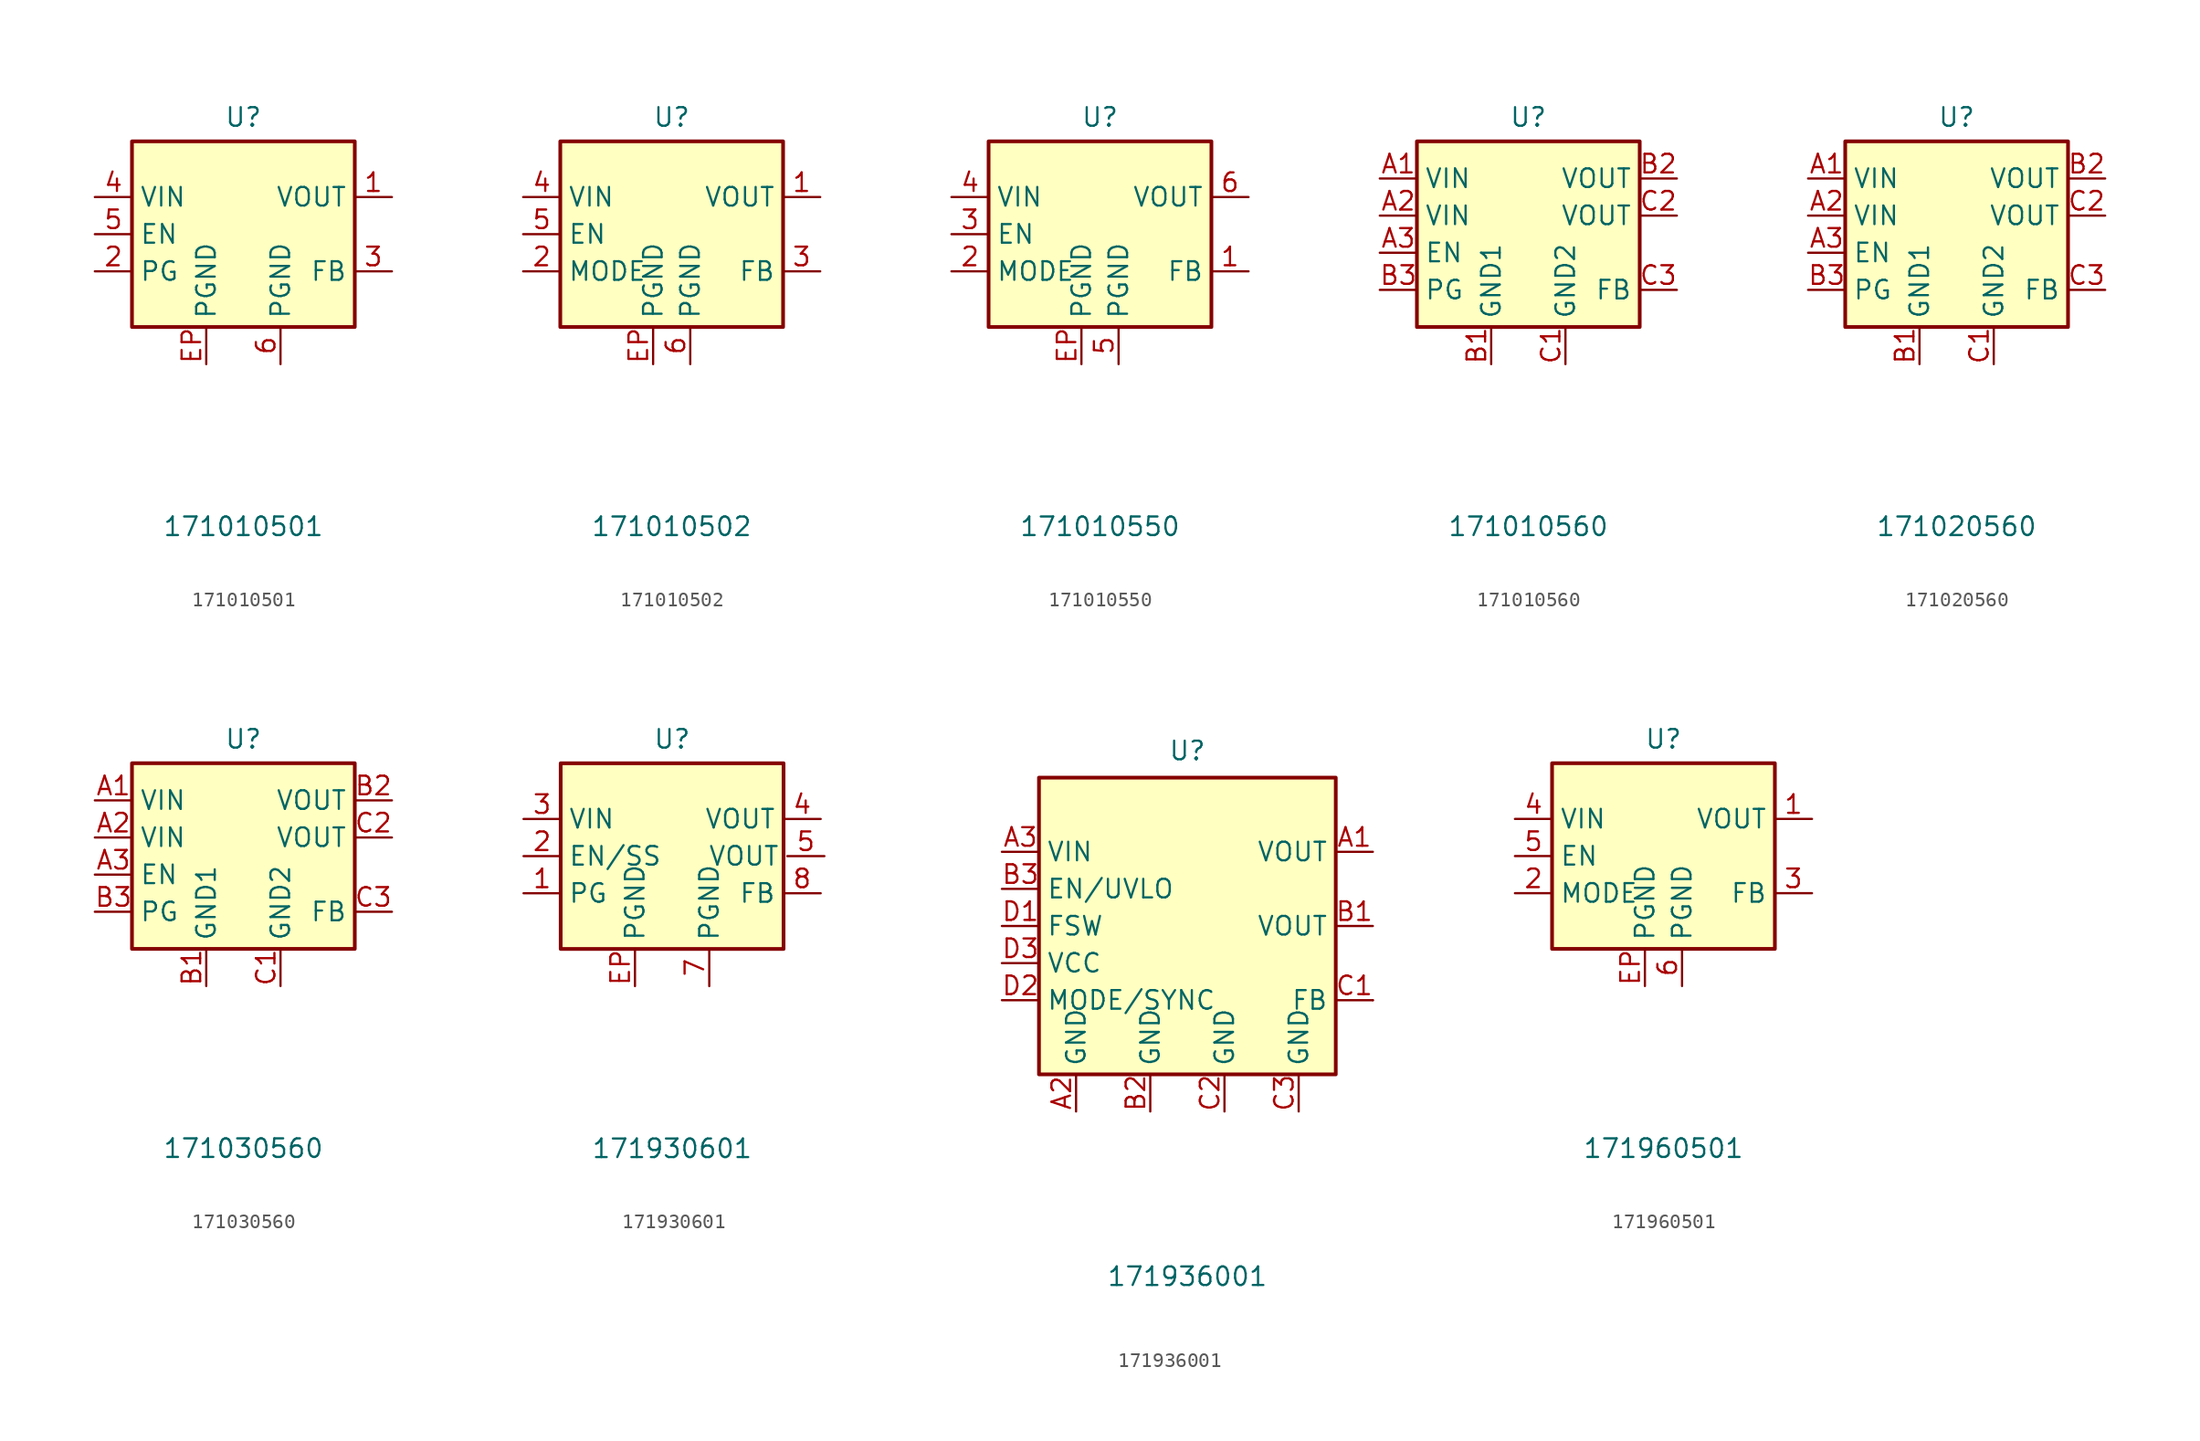
<source format=kicad_sym>
(kicad_symbol_lib
  (version 20220914)
  (generator kicad_symbol_editor)
  (symbol "171010501"
    (property "Reference" "U"
      (at 0 8 0)
      (effects (font (size 1.27 1.27))))
    (property "Value" "171010501"
      (at 0 -20 0)
      (effects (font (size 1.27 1.27))))
    (symbol "171010501_1_0"
      (rectangle (start -7.62 6.35) (end 7.62 -6.35) (stroke (width 0.254) (type solid)) (fill (type background))))
    (symbol "171010501_1_1"
      (pin power_out line (at 10.16 2.54 180) (length 2.54) (name "VOUT" (effects (font (size 1.27 1.27)))) (number "1" (effects (font (size 1.27 1.27)))))
      (pin output line (at -10.16 -2.54 0) (length 2.54) (name "PG" (effects (font (size 1.27 1.27)))) (number "2" (effects (font (size 1.27 1.27)))))
      (pin input line (at 10.16 -2.54 180) (length 2.54) (name "FB" (effects (font (size 1.27 1.27)))) (number "3" (effects (font (size 1.27 1.27)))))
      (pin power_in line (at -10.16 2.54 0) (length 2.54) (name "VIN" (effects (font (size 1.27 1.27)))) (number "4" (effects (font (size 1.27 1.27)))))
      (pin input line (at -10.16 0 0) (length 2.54) (name "EN" (effects (font (size 1.27 1.27)))) (number "5" (effects (font (size 1.27 1.27)))))
      (pin power_in line (at 2.54 -8.89 90) (length 2.54) (name "PGND" (effects (font (size 1.27 1.27)))) (number "6" (effects (font (size 1.27 1.27)))))
      (pin power_in line (at -2.54 -8.89 90) (length 2.54) (name "PGND" (effects (font (size 1.27 1.27)))) (number "EP" (effects (font (size 1.27 1.27)))))))
  (symbol "171010502"
    (property "Reference" "U"
      (at 0 8 0)
      (effects (font (size 1.27 1.27))))
    (property "Value" "171010502"
      (at 0 -20 0)
      (effects (font (size 1.27 1.27))))
    (symbol "171010502_1_0"
      (rectangle (start -7.62 6.35) (end 7.62 -6.35) (stroke (width 0.254) (type solid)) (fill (type background))))
    (symbol "171010502_1_1"
      (pin power_out line (at 10.16 2.54 180) (length 2.54) (name "VOUT" (effects (font (size 1.27 1.27)))) (number "1" (effects (font (size 1.27 1.27)))))
      (pin input line (at -10.16 -2.54 0) (length 2.54) (name "MODE" (effects (font (size 1.27 1.27)))) (number "2" (effects (font (size 1.27 1.27)))))
      (pin input line (at 10.16 -2.54 180) (length 2.54) (name "FB" (effects (font (size 1.27 1.27)))) (number "3" (effects (font (size 1.27 1.27)))))
      (pin power_in line (at -10.16 2.54 0) (length 2.54) (name "VIN" (effects (font (size 1.27 1.27)))) (number "4" (effects (font (size 1.27 1.27)))))
      (pin input line (at -10.16 0 0) (length 2.54) (name "EN" (effects (font (size 1.27 1.27)))) (number "5" (effects (font (size 1.27 1.27)))))
      (pin power_in line (at 1.27 -8.89 90) (length 2.54) (name "PGND" (effects (font (size 1.27 1.27)))) (number "6" (effects (font (size 1.27 1.27)))))
      (pin power_in line (at -1.27 -8.89 90) (length 2.54) (name "PGND" (effects (font (size 1.27 1.27)))) (number "EP" (effects (font (size 1.27 1.27)))))))
  (symbol "171010550"
    (property "Reference" "U"
      (at 0 8 0)
      (effects (font (size 1.27 1.27))))
    (property "Value" "171010550"
      (at 0 -20 0)
      (effects (font (size 1.27 1.27))))
    (symbol "171010550_1_0"
      (rectangle (start -7.62 6.35) (end 7.62 -6.35) (stroke (width 0.254) (type solid)) (fill (type background))))
    (symbol "171010550_1_1"
      (pin input line (at 10.16 -2.54 180) (length 2.54) (name "FB" (effects (font (size 1.27 1.27)))) (number "1" (effects (font (size 1.27 1.27)))))
      (pin input line (at -10.16 -2.54 0) (length 2.54) (name "MODE" (effects (font (size 1.27 1.27)))) (number "2" (effects (font (size 1.27 1.27)))))
      (pin input line (at -10.16 0 0) (length 2.54) (name "EN" (effects (font (size 1.27 1.27)))) (number "3" (effects (font (size 1.27 1.27)))))
      (pin power_in line (at -10.16 2.54 0) (length 2.54) (name "VIN" (effects (font (size 1.27 1.27)))) (number "4" (effects (font (size 1.27 1.27)))))
      (pin power_in line (at 1.27 -8.89 90) (length 2.54) (name "PGND" (effects (font (size 1.27 1.27)))) (number "5" (effects (font (size 1.27 1.27)))))
      (pin power_out line (at 10.16 2.54 180) (length 2.54) (name "VOUT" (effects (font (size 1.27 1.27)))) (number "6" (effects (font (size 1.27 1.27)))))
      (pin power_in line (at -1.27 -8.89 90) (length 2.54) (name "PGND" (effects (font (size 1.27 1.27)))) (number "EP" (effects (font (size 1.27 1.27)))))))
  (symbol "171010560"
    (property "Reference" "U"
      (at 0 8 0)
      (effects (font (size 1.27 1.27))))
    (property "Value" "171010560"
      (at 0 -20 0)
      (effects (font (size 1.27 1.27))))
    (symbol "171010560_1_0"
      (rectangle (start -7.62 6.35) (end 7.62 -6.35) (stroke (width 0.254) (type solid)) (fill (type background))))
    (symbol "171010560_1_1"
      (pin power_in line (at -10.16 3.81 0) (length 2.54) (name "VIN" (effects (font (size 1.27 1.27)))) (number "A1" (effects (font (size 1.27 1.27)))))
      (pin power_in line (at -10.16 1.27 0) (length 2.54) (name "VIN" (effects (font (size 1.27 1.27)))) (number "A2" (effects (font (size 1.27 1.27)))))
      (pin input line (at -10.16 -1.27 0) (length 2.54) (name "EN" (effects (font (size 1.27 1.27)))) (number "A3" (effects (font (size 1.27 1.27)))))
      (pin power_in line (at -2.54 -8.89 90) (length 2.54) (name "GND1" (effects (font (size 1.27 1.27)))) (number "B1" (effects (font (size 1.27 1.27)))))
      (pin power_out line (at 10.16 3.81 180) (length 2.54) (name "VOUT" (effects (font (size 1.27 1.27)))) (number "B2" (effects (font (size 1.27 1.27)))))
      (pin output line (at -10.16 -3.81 0) (length 2.54) (name "PG" (effects (font (size 1.27 1.27)))) (number "B3" (effects (font (size 1.27 1.27)))))
      (pin power_in line (at 2.54 -8.89 90) (length 2.54) (name "GND2" (effects (font (size 1.27 1.27)))) (number "C1" (effects (font (size 1.27 1.27)))))
      (pin power_out line (at 10.16 1.27 180) (length 2.54) (name "VOUT" (effects (font (size 1.27 1.27)))) (number "C2" (effects (font (size 1.27 1.27)))))
      (pin input line (at 10.16 -3.81 180) (length 2.54) (name "FB" (effects (font (size 1.27 1.27)))) (number "C3" (effects (font (size 1.27 1.27)))))))
  (symbol "171020560"
    (property "Reference" "U"
      (at 0 8 0)
      (effects (font (size 1.27 1.27))))
    (property "Value" "171020560"
      (at 0 -20 0)
      (effects (font (size 1.27 1.27))))
    (symbol "171020560_1_0"
      (rectangle (start -7.62 6.35) (end 7.62 -6.35) (stroke (width 0.254) (type solid)) (fill (type background))))
    (symbol "171020560_1_1"
      (pin power_in line (at -10.16 3.81 0) (length 2.54) (name "VIN" (effects (font (size 1.27 1.27)))) (number "A1" (effects (font (size 1.27 1.27)))))
      (pin power_in line (at -10.16 1.27 0) (length 2.54) (name "VIN" (effects (font (size 1.27 1.27)))) (number "A2" (effects (font (size 1.27 1.27)))))
      (pin input line (at -10.16 -1.27 0) (length 2.54) (name "EN" (effects (font (size 1.27 1.27)))) (number "A3" (effects (font (size 1.27 1.27)))))
      (pin power_in line (at -2.54 -8.89 90) (length 2.54) (name "GND1" (effects (font (size 1.27 1.27)))) (number "B1" (effects (font (size 1.27 1.27)))))
      (pin power_out line (at 10.16 3.81 180) (length 2.54) (name "VOUT" (effects (font (size 1.27 1.27)))) (number "B2" (effects (font (size 1.27 1.27)))))
      (pin output line (at -10.16 -3.81 0) (length 2.54) (name "PG" (effects (font (size 1.27 1.27)))) (number "B3" (effects (font (size 1.27 1.27)))))
      (pin power_in line (at 2.54 -8.89 90) (length 2.54) (name "GND2" (effects (font (size 1.27 1.27)))) (number "C1" (effects (font (size 1.27 1.27)))))
      (pin power_out line (at 10.16 1.27 180) (length 2.54) (name "VOUT" (effects (font (size 1.27 1.27)))) (number "C2" (effects (font (size 1.27 1.27)))))
      (pin input line (at 10.16 -3.81 180) (length 2.54) (name "FB" (effects (font (size 1.27 1.27)))) (number "C3" (effects (font (size 1.27 1.27)))))))
  (symbol "171030560"
    (property "Reference" "U"
      (at 0 8 0)
      (effects (font (size 1.27 1.27))))
    (property "Value" "171030560"
      (at 0 -20 0)
      (effects (font (size 1.27 1.27))))
    (symbol "171030560_1_0"
      (rectangle (start -7.62 6.35) (end 7.62 -6.35) (stroke (width 0.254) (type solid)) (fill (type background))))
    (symbol "171030560_1_1"
      (pin power_in line (at -10.16 3.81 0) (length 2.54) (name "VIN" (effects (font (size 1.27 1.27)))) (number "A1" (effects (font (size 1.27 1.27)))))
      (pin power_in line (at -10.16 1.27 0) (length 2.54) (name "VIN" (effects (font (size 1.27 1.27)))) (number "A2" (effects (font (size 1.27 1.27)))))
      (pin input line (at -10.16 -1.27 0) (length 2.54) (name "EN" (effects (font (size 1.27 1.27)))) (number "A3" (effects (font (size 1.27 1.27)))))
      (pin power_in line (at -2.54 -8.89 90) (length 2.54) (name "GND1" (effects (font (size 1.27 1.27)))) (number "B1" (effects (font (size 1.27 1.27)))))
      (pin power_out line (at 10.16 3.81 180) (length 2.54) (name "VOUT" (effects (font (size 1.27 1.27)))) (number "B2" (effects (font (size 1.27 1.27)))))
      (pin output line (at -10.16 -3.81 0) (length 2.54) (name "PG" (effects (font (size 1.27 1.27)))) (number "B3" (effects (font (size 1.27 1.27)))))
      (pin power_in line (at 2.54 -8.89 90) (length 2.54) (name "GND2" (effects (font (size 1.27 1.27)))) (number "C1" (effects (font (size 1.27 1.27)))))
      (pin power_out line (at 10.16 1.27 180) (length 2.54) (name "VOUT" (effects (font (size 1.27 1.27)))) (number "C2" (effects (font (size 1.27 1.27)))))
      (pin input line (at 10.16 -3.81 180) (length 2.54) (name "FB" (effects (font (size 1.27 1.27)))) (number "C3" (effects (font (size 1.27 1.27)))))))
  (symbol "171930601"
    (property "Reference" "U"
      (at 0 8 0)
      (effects (font (size 1.27 1.27))))
    (property "Value" "171930601"
      (at 0 -20 0)
      (effects (font (size 1.27 1.27))))
    (symbol "171930601_1_0"
      (rectangle (start -7.62 6.35) (end 7.62 -6.35) (stroke (width 0.254) (type solid)) (fill (type background))))
    (symbol "171930601_1_1"
      (pin output line (at -10.16 -2.54 0) (length 2.54) (name "PG" (effects (font (size 1.27 1.27)))) (number "1" (effects (font (size 1.27 1.27)))))
      (pin input line (at -10.16 0 0) (length 2.54) (name "EN/SS" (effects (font (size 1.27 1.27)))) (number "2" (effects (font (size 1.27 1.27)))))
      (pin power_in line (at -10.16 2.54 0) (length 2.54) (name "VIN" (effects (font (size 1.27 1.27)))) (number "3" (effects (font (size 1.27 1.27)))))
      (pin power_out line (at 10.16 2.54 180) (length 2.54) (name "VOUT" (effects (font (size 1.27 1.27)))) (number "4" (effects (font (size 1.27 1.27)))))
      (pin power_out line (at 10.414 0 180) (length 2.54) (name "VOUT" (effects (font (size 1.27 1.27)))) (number "5" (effects (font (size 1.27 1.27)))))
      (pin power_in line (at 2.54 -8.89 90) (length 2.54) (name "PGND" (effects (font (size 1.27 1.27)))) (number "7" (effects (font (size 1.27 1.27)))))
      (pin input line (at 10.16 -2.54 180) (length 2.54) (name "FB" (effects (font (size 1.27 1.27)))) (number "8" (effects (font (size 1.27 1.27)))))
      (pin power_in line (at -2.54 -8.89 90) (length 2.54) (name "PGND" (effects (font (size 1.27 1.27)))) (number "EP" (effects (font (size 1.27 1.27)))))))
  (symbol "171936001"
    (property "Reference" "U"
      (at 0 12 0)
      (effects (font (size 1.27 1.27))))
    (property "Value" "171936001"
      (at 0 -24 0)
      (effects (font (size 1.27 1.27))))
    (symbol "171936001_0_0"
      (rectangle (start 12.7 -5.08) (end 12.7 -5.08) (stroke (width 0) (type default)) (fill (type none)))
      (text "" (at -15.24 2.54 0) (effects (font (size 1.27 1.27))))
      (text "" (at -13.97 2.54 0) (effects (font (size 1.27 1.27)))))
    (symbol "171936001_1_1"
      (rectangle (start -10.16 10.16) (end 10.16 -10.16) (stroke (width 0.254) (type solid)) (fill (type background)))
      (pin power_in line (at 12.7 5.08 180) (length 2.54) (name "VOUT" (effects (font (size 1.27 1.27)))) (number "A1" (effects (font (size 1.27 1.27)))))
      (pin power_in line (at -7.62 -12.7 90) (length 2.54) (name "GND" (effects (font (size 1.27 1.27)))) (number "A2" (effects (font (size 1.27 1.27)))))
      (pin power_in line (at -12.7 5.08 0) (length 2.54) (name "VIN" (effects (font (size 1.27 1.27)))) (number "A3" (effects (font (size 1.27 1.27)))))
      (pin power_in line (at 12.7 0 180) (length 2.54) (name "VOUT" (effects (font (size 1.27 1.27)))) (number "B1" (effects (font (size 1.27 1.27)))))
      (pin power_in line (at -2.54 -12.7 90) (length 2.54) (name "GND" (effects (font (size 1.27 1.27)))) (number "B2" (effects (font (size 1.27 1.27)))))
      (pin input line (at -12.7 2.54 0) (length 2.54) (name "EN/UVLO" (effects (font (size 1.27 1.27)))) (number "B3" (effects (font (size 1.27 1.27)))))
      (pin input line (at 12.7 -5.08 180) (length 2.54) (name "FB" (effects (font (size 1.27 1.27)))) (number "C1" (effects (font (size 1.27 1.27)))))
      (pin power_in line (at 2.54 -12.7 90) (length 2.54) (name "GND" (effects (font (size 1.27 1.27)))) (number "C2" (effects (font (size 1.27 1.27)))))
      (pin power_in line (at 7.62 -12.7 90) (length 2.54) (name "GND" (effects (font (size 1.27 1.27)))) (number "C3" (effects (font (size 1.27 1.27)))))
      (pin input line (at -12.7 0 0) (length 2.54) (name "FSW" (effects (font (size 1.27 1.27)))) (number "D1" (effects (font (size 1.27 1.27)))))
      (pin input line (at -12.7 -5.08 0) (length 2.54) (name "MODE/SYNC" (effects (font (size 1.27 1.27)))) (number "D2" (effects (font (size 1.27 1.27)))))
      (pin power_in line (at -12.7 -2.54 0) (length 2.54) (name "VCC" (effects (font (size 1.27 1.27)))) (number "D3" (effects (font (size 1.27 1.27)))))))
  (symbol "171960501"
    (property "Reference" "U"
      (at 0 8 0)
      (effects (font (size 1.27 1.27))))
    (property "Value" "171960501"
      (at 0 -20 0)
      (effects (font (size 1.27 1.27))))
    (symbol "171960501_1_0"
      (rectangle (start -7.62 6.35) (end 7.62 -6.35) (stroke (width 0.254) (type solid)) (fill (type background))))
    (symbol "171960501_1_1"
      (pin power_out line (at 10.16 2.54 180) (length 2.54) (name "VOUT" (effects (font (size 1.27 1.27)))) (number "1" (effects (font (size 1.27 1.27)))))
      (pin input line (at -10.16 -2.54 0) (length 2.54) (name "MODE" (effects (font (size 1.27 1.27)))) (number "2" (effects (font (size 1.27 1.27)))))
      (pin input line (at 10.16 -2.54 180) (length 2.54) (name "FB" (effects (font (size 1.27 1.27)))) (number "3" (effects (font (size 1.27 1.27)))))
      (pin power_in line (at -10.16 2.54 0) (length 2.54) (name "VIN" (effects (font (size 1.27 1.27)))) (number "4" (effects (font (size 1.27 1.27)))))
      (pin input line (at -10.16 0 0) (length 2.54) (name "EN" (effects (font (size 1.27 1.27)))) (number "5" (effects (font (size 1.27 1.27)))))
      (pin power_in line (at 1.27 -8.89 90) (length 2.54) (name "PGND" (effects (font (size 1.27 1.27)))) (number "6" (effects (font (size 1.27 1.27)))))
      (pin power_in line (at -1.27 -8.89 90) (length 2.54) (name "PGND" (effects (font (size 1.27 1.27)))) (number "EP" (effects (font (size 1.27 1.27))))))))
</source>
